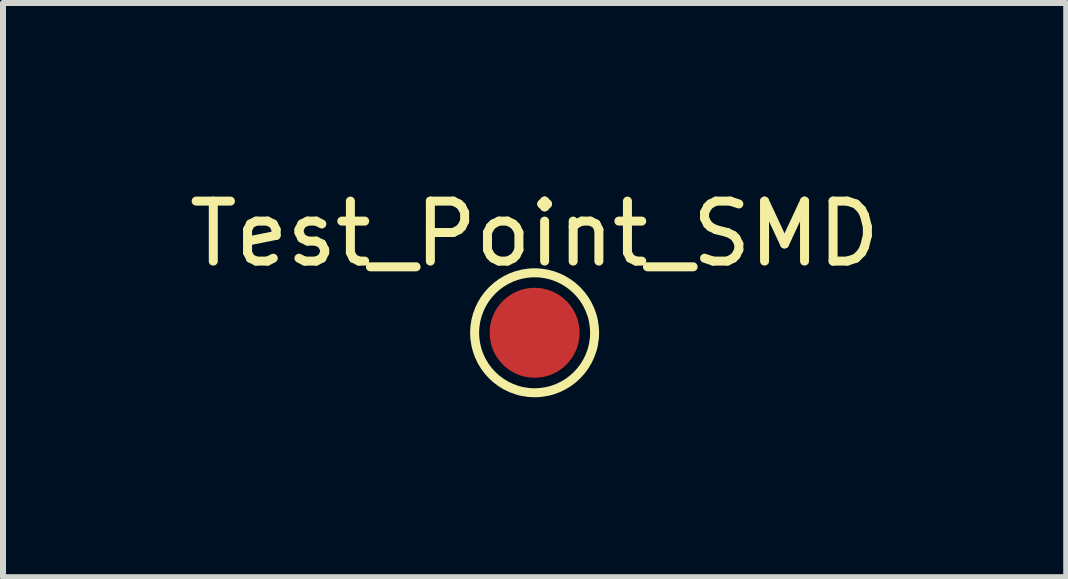
<source format=kicad_pcb>
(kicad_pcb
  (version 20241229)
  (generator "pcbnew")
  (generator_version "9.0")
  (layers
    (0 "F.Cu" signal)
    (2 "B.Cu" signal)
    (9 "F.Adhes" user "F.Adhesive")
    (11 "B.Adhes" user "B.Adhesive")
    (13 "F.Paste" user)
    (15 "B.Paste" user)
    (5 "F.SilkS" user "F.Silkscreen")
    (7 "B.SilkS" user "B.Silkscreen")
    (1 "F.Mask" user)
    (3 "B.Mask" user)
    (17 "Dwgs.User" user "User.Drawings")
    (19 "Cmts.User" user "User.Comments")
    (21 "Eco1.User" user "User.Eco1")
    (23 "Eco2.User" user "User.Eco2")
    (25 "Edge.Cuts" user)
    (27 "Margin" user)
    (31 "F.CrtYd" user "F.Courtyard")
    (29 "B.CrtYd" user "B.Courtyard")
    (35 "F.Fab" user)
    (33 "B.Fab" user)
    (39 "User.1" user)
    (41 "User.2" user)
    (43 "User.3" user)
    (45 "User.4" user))
  (footprint "Test_Point_SMD"
    (layer "F.Cu")
    (at 5.863 2.498)
    (property "Reference" "Test_Point_SMD" (at 0 -1.65 0) (layer "F.SilkS") (effects (font (size 1 1) (thickness 0.15))))
    (attr through_hole)
    (fp_circle (center 0 0) (end 1 0) (stroke (width 0.15) (type solid)) (fill no) (layer "F.SilkS"))
    (pad "1" smd circle (at 0 0) (size 1.5 1.5) (layers "F.Cu" "F.Mask")))
  (gr_rect
    (start -3 -3)
    (end 14.726 6.573)
    (stroke (width 0.1) (type default))
    (fill no)
    (layer "Edge.Cuts")))
</source>
